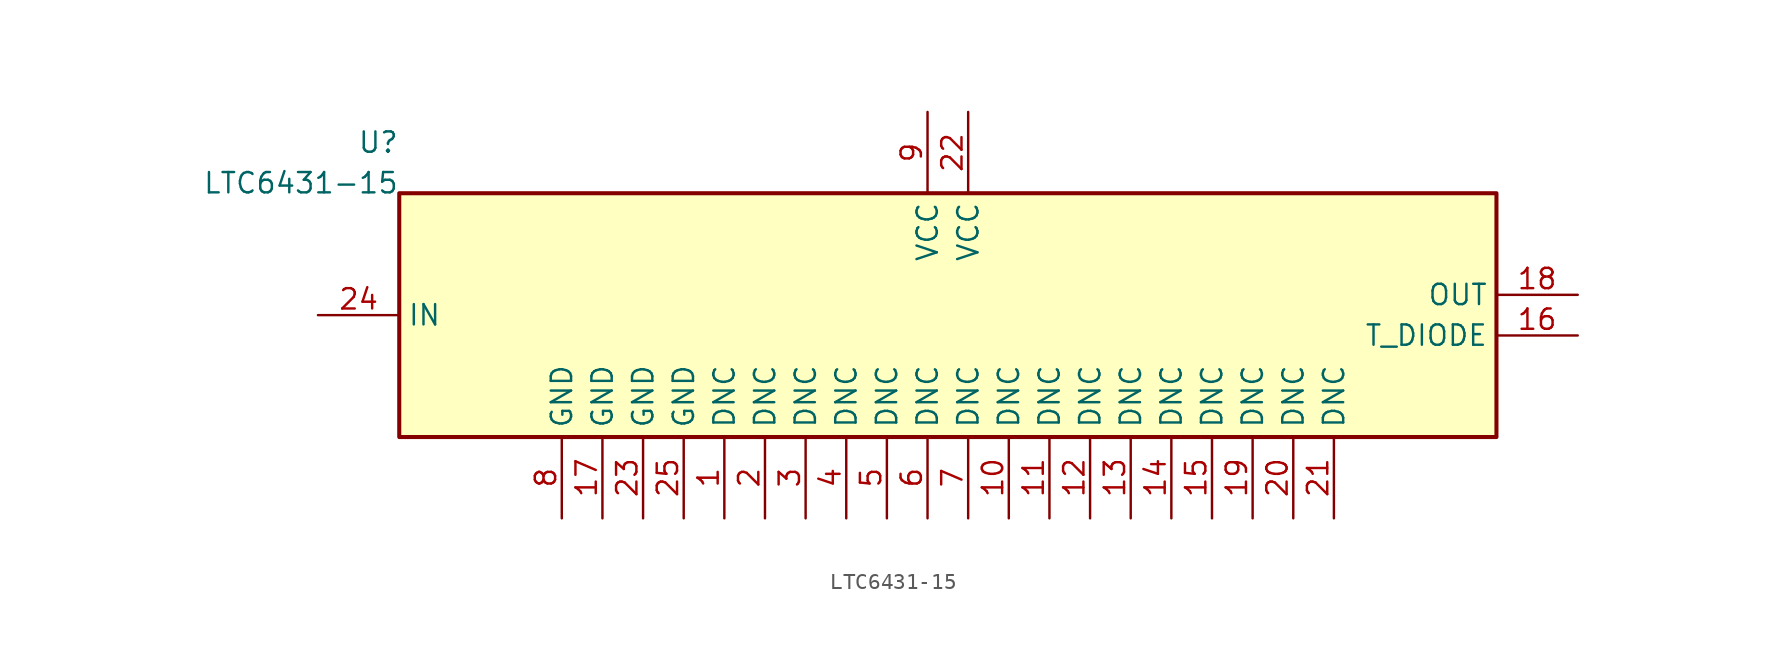
<source format=kicad_sym>
(kicad_symbol_lib
  (version 20241209)
  (generator "kicad_symbol_editor")
  (generator_version "8.0")
  (symbol "LTC6431-15"
    (property "Reference" "U"
      (at -34.29 10.795 0)
      (effects (font (size 1.27 1.27)) (justify right) (hide no)))
    (property "Value" "LTC6431-15"
      (at -34.29 8.255 0)
      (effects (font (size 1.27 1.27)) (justify right) (hide no)))
    (symbol "LTC6431-15_1_1"
      (rectangle (start -34.29 -7.62) (end 34.29 7.62) (stroke (width 0.254) (type solid)) (fill (type background)))
      (pin passive line (at -39.37 0.0 0) (length 5.08) (name "IN" (effects (font (size 1.27 1.27)))) (number "24" (effects (font (size 1.27 1.27)))))
      (pin passive line (at 39.37 1.27 180) (length 5.08) (name "OUT" (effects (font (size 1.27 1.27)))) (number "18" (effects (font (size 1.27 1.27)))))
      (pin passive line (at 39.37 -1.27 180) (length 5.08) (name "T_DIODE" (effects (font (size 1.27 1.27)))) (number "16" (effects (font (size 1.27 1.27)))))
      (pin passive line (at -1.27 12.7 270) (length 5.08) (name "VCC" (effects (font (size 1.27 1.27)))) (number "9" (effects (font (size 1.27 1.27)))))
      (pin passive line (at 1.27 12.7 270) (length 5.08) (name "VCC" (effects (font (size 1.27 1.27)))) (number "22" (effects (font (size 1.27 1.27)))))
      (pin passive line (at -24.13 -12.7 90) (length 5.08) (name "GND" (effects (font (size 1.27 1.27)))) (number "8" (effects (font (size 1.27 1.27)))))
      (pin passive line (at -21.59 -12.7 90) (length 5.08) (name "GND" (effects (font (size 1.27 1.27)))) (number "17" (effects (font (size 1.27 1.27)))))
      (pin passive line (at -19.05 -12.7 90) (length 5.08) (name "GND" (effects (font (size 1.27 1.27)))) (number "23" (effects (font (size 1.27 1.27)))))
      (pin passive line (at -16.51 -12.7 90) (length 5.08) (name "GND" (effects (font (size 1.27 1.27)))) (number "25" (effects (font (size 1.27 1.27)))))
      (pin passive line (at -13.97 -12.7 90) (length 5.08) (name "DNC" (effects (font (size 1.27 1.27)))) (number "1" (effects (font (size 1.27 1.27)))))
      (pin passive line (at -11.43 -12.7 90) (length 5.08) (name "DNC" (effects (font (size 1.27 1.27)))) (number "2" (effects (font (size 1.27 1.27)))))
      (pin passive line (at -8.89 -12.7 90) (length 5.08) (name "DNC" (effects (font (size 1.27 1.27)))) (number "3" (effects (font (size 1.27 1.27)))))
      (pin passive line (at -6.35 -12.7 90) (length 5.08) (name "DNC" (effects (font (size 1.27 1.27)))) (number "4" (effects (font (size 1.27 1.27)))))
      (pin passive line (at -3.81 -12.7 90) (length 5.08) (name "DNC" (effects (font (size 1.27 1.27)))) (number "5" (effects (font (size 1.27 1.27)))))
      (pin passive line (at -1.27 -12.7 90) (length 5.08) (name "DNC" (effects (font (size 1.27 1.27)))) (number "6" (effects (font (size 1.27 1.27)))))
      (pin passive line (at 1.27 -12.7 90) (length 5.08) (name "DNC" (effects (font (size 1.27 1.27)))) (number "7" (effects (font (size 1.27 1.27)))))
      (pin passive line (at 3.81 -12.7 90) (length 5.08) (name "DNC" (effects (font (size 1.27 1.27)))) (number "10" (effects (font (size 1.27 1.27)))))
      (pin passive line (at 6.35 -12.7 90) (length 5.08) (name "DNC" (effects (font (size 1.27 1.27)))) (number "11" (effects (font (size 1.27 1.27)))))
      (pin passive line (at 8.89 -12.7 90) (length 5.08) (name "DNC" (effects (font (size 1.27 1.27)))) (number "12" (effects (font (size 1.27 1.27)))))
      (pin passive line (at 11.43 -12.7 90) (length 5.08) (name "DNC" (effects (font (size 1.27 1.27)))) (number "13" (effects (font (size 1.27 1.27)))))
      (pin passive line (at 13.97 -12.7 90) (length 5.08) (name "DNC" (effects (font (size 1.27 1.27)))) (number "14" (effects (font (size 1.27 1.27)))))
      (pin passive line (at 16.51 -12.7 90) (length 5.08) (name "DNC" (effects (font (size 1.27 1.27)))) (number "15" (effects (font (size 1.27 1.27)))))
      (pin passive line (at 19.05 -12.7 90) (length 5.08) (name "DNC" (effects (font (size 1.27 1.27)))) (number "19" (effects (font (size 1.27 1.27)))))
      (pin passive line (at 21.59 -12.7 90) (length 5.08) (name "DNC" (effects (font (size 1.27 1.27)))) (number "20" (effects (font (size 1.27 1.27)))))
      (pin passive line (at 24.13 -12.7 90) (length 5.08) (name "DNC" (effects (font (size 1.27 1.27)))) (number "21" (effects (font (size 1.27 1.27))))))))
</source>
